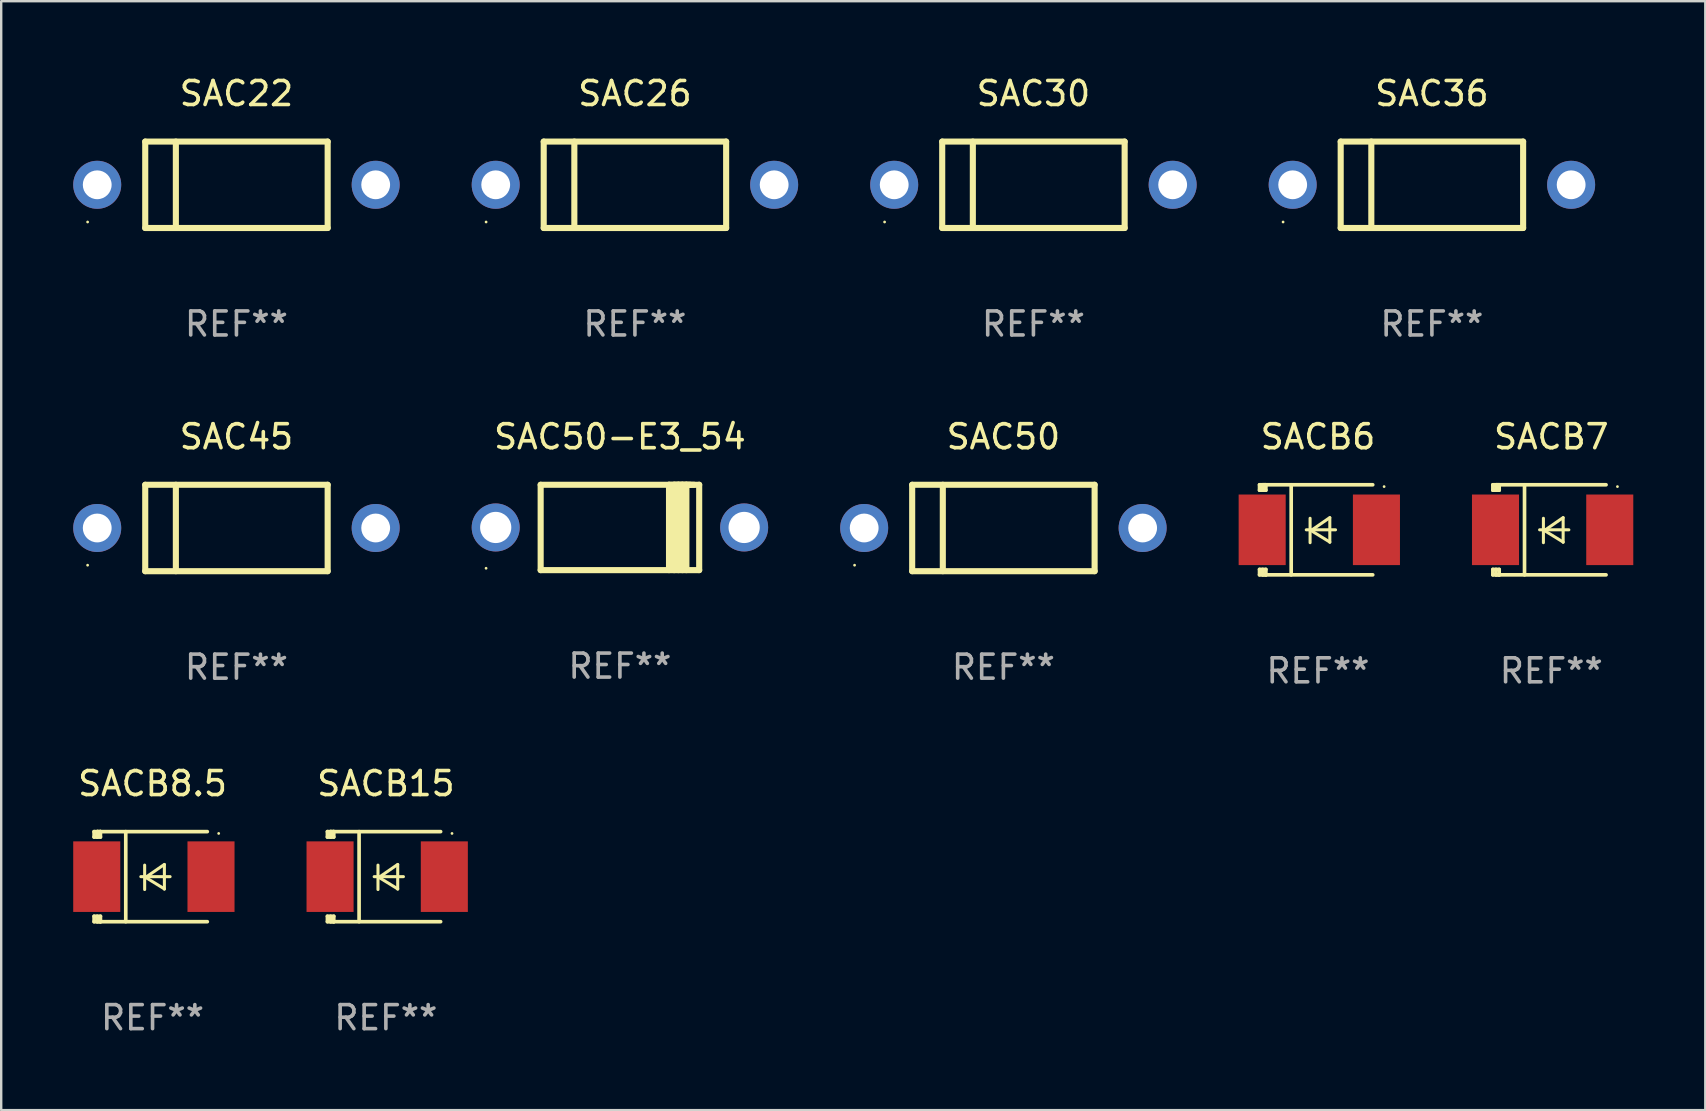
<source format=kicad_pcb>
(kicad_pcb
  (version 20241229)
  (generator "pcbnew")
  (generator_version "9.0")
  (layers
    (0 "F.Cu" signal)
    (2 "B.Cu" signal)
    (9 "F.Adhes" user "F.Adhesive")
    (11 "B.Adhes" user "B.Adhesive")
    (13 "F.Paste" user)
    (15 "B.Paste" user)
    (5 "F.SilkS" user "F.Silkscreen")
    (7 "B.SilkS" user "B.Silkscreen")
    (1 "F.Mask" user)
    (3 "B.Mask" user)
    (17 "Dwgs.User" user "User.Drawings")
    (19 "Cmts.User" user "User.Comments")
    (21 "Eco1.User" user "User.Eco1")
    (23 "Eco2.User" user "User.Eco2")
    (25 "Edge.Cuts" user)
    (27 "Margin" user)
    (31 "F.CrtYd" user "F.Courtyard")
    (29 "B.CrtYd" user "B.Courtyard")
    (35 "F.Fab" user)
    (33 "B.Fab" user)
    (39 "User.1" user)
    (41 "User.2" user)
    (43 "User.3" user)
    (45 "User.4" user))
  (footprint "SACB6"
    (layer "F.Cu")
    (at 51.855 19.021)
    (property "Reference" "SACB6" (at 0 -3.876 0) (layer "F.SilkS") (effects (font (size 1 1) (thickness 0.15))))
    (attr through_hole)
    (fp_line (start -2.435 1.65) (end -2.171 1.65) (stroke (width 0.152) (type solid)) (layer "F.SilkS"))
    (fp_line (start -2.435 1.876) (end -2.435 1.65) (stroke (width 0.152) (type solid)) (layer "F.SilkS"))
    (fp_line (start -2.435 -1.876) (end -2.171 -1.876) (stroke (width 0.152) (type solid)) (layer "F.SilkS"))
    (fp_line (start -2.435 -1.65) (end -2.435 -1.876) (stroke (width 0.152) (type solid)) (layer "F.SilkS"))
    (fp_line (start -2.305 -1.866) (end -2.295 -1.876) (stroke (width 0.152) (type solid)) (layer "F.SilkS"))
    (fp_line (start -2.305 -1.65) (end -2.305 -1.866) (stroke (width 0.152) (type solid)) (layer "F.SilkS"))
    (fp_line (start -2.305 1.876) (end -2.305 1.65) (stroke (width 0.152) (type solid)) (layer "F.SilkS"))
    (fp_line (start -2.295 -1.876) (end -2.295 -1.65) (stroke (width 0.152) (type solid)) (layer "F.SilkS"))
    (fp_line (start -2.171 1.876) (end -2.435 1.876) (stroke (width 0.152) (type solid)) (layer "F.SilkS"))
    (fp_line (start -2.171 -1.65) (end -2.435 -1.65) (stroke (width 0.152) (type solid)) (layer "F.SilkS"))
    (fp_line (start -2.171 -1.876) (end -2.295 -1.876) (stroke (width 0.152) (type solid)) (layer "F.SilkS"))
    (fp_line (start -2.171 -1.65) (end -2.171 -1.876) (stroke (width 0.152) (type solid)) (layer "F.SilkS"))
    (fp_line (start -2.171 1.876) (end -2.305 1.876) (stroke (width 0.152) (type solid)) (layer "F.SilkS"))
    (fp_line (start -2.171 1.876) (end -2.171 1.65) (stroke (width 0.152) (type solid)) (layer "F.SilkS"))
    (fp_line (start -1.116 1.876) (end -1.116 -1.876) (stroke (width 0.152) (type solid)) (layer "F.SilkS"))
    (fp_line (start -0.488 0.000102) (end 0.731 0.000102) (stroke (width 0.127) (type solid)) (layer "F.SilkS"))
    (fp_line (start -0.329 -0.48) (end -0.329 0.536) (stroke (width 0.127) (type solid)) (layer "F.SilkS"))
    (fp_line (start -0.29 0.03) (end 0.493 0.51) (stroke (width 0.127) (type solid)) (layer "F.SilkS"))
    (fp_line (start 0.493 -0.51) (end -0.29 0.03) (stroke (width 0.127) (type solid)) (layer "F.SilkS"))
    (fp_line (start 0.493 0.52) (end 0.493 -0.496) (stroke (width 0.127) (type solid)) (layer "F.SilkS"))
    (fp_line (start 2.281 -1.876) (end -2.171 -1.876) (stroke (width 0.152) (type solid)) (layer "F.SilkS"))
    (fp_line (start 2.281 1.876) (end -2.171 1.876) (stroke (width 0.152) (type solid)) (layer "F.SilkS"))
    (fp_circle (center 2.755 -1.8) (end 2.785 -1.8) (stroke (width 0.06) (type solid)) (fill no) (layer "F.SilkS"))
    (fp_text user "REF**" (at 0 5.876 0) (layer "F.Fab") (effects (font (size 1 1) (thickness 0.15))))
    (pad "1" smd rect (at 2.435 -0.000025 180) (size 1.96 2.94) (layers "F.Cu" "F.Mask" "F.Paste"))
    (pad "2" smd rect (at -2.325 -0.000025 180) (size 1.96 2.94) (layers "F.Cu" "F.Mask" "F.Paste")))
  (footprint "SAC45"
    (layer "F.Cu")
    (at 6.8 18.945)
    (property "Reference" "SAC45" (at 0 -3.8 0) (layer "F.SilkS") (effects (font (size 1 1) (thickness 0.15))))
    (attr through_hole)
    (fp_line (start -3.8 -1.8) (end -3.8 1.8) (stroke (width 0.254) (type solid)) (layer "F.SilkS"))
    (fp_line (start -3.8 -1.8) (end 3.8 -1.8) (stroke (width 0.254) (type solid)) (layer "F.SilkS"))
    (fp_line (start -3.8 1.8) (end 3.8 1.8) (stroke (width 0.254) (type solid)) (layer "F.SilkS"))
    (fp_line (start -2.524 -1.8) (end -2.524 1.8) (stroke (width 0.254) (type solid)) (layer "F.SilkS"))
    (fp_line (start 3.8 -1.8) (end 3.8 1.8) (stroke (width 0.254) (type solid)) (layer "F.SilkS"))
    (fp_circle (center -6.2 1.55) (end -6.17 1.55) (stroke (width 0.06) (type solid)) (fill no) (layer "F.SilkS"))
    (fp_text user "REF**" (at 0 5.8 0) (layer "F.Fab") (effects (font (size 1 1) (thickness 0.15))))
    (pad "1" thru_hole circle (at -5.8 0) (size 2 2) (drill 1.2) (layers "*.Cu" "*.Mask"))
    (pad "2" thru_hole circle (at 5.8 0) (size 2 2) (drill 1.2) (layers "*.Cu" "*.Mask")))
  (footprint "SAC50-E3_54"
    (layer "F.Cu")
    (at 22.775 18.923)
    (property "Reference" "SAC50-E3_54" (at 0 -3.778 0) (layer "F.SilkS") (effects (font (size 1 1) (thickness 0.15))))
    (attr through_hole)
    (fp_line (start -3.302 -1.778) (end -3.302 1.778) (stroke (width 0.254) (type solid)) (layer "F.SilkS"))
    (fp_line (start -3.302 1.778) (end 3.302 1.778) (stroke (width 0.254) (type solid)) (layer "F.SilkS"))
    (fp_line (start 2.045 -1.778) (end 2.045 1.778) (stroke (width 0.254) (type solid)) (layer "F.SilkS"))
    (fp_line (start 2.261 -1.778) (end 2.261 1.778) (stroke (width 0.254) (type solid)) (layer "F.SilkS"))
    (fp_line (start 2.421 -1.778) (end 2.045 -1.778) (stroke (width 0.254) (type solid)) (layer "F.SilkS"))
    (fp_line (start 2.439 -1.778) (end 2.439 1.778) (stroke (width 0.254) (type solid)) (layer "F.SilkS"))
    (fp_line (start 2.579 -1.778) (end 2.261 -1.778) (stroke (width 0.254) (type solid)) (layer "F.SilkS"))
    (fp_line (start 2.604 -1.778) (end 2.604 1.778) (stroke (width 0.254) (type solid)) (layer "F.SilkS"))
    (fp_line (start 2.757 -1.778) (end 2.439 -1.778) (stroke (width 0.254) (type solid)) (layer "F.SilkS"))
    (fp_line (start 2.769 -1.778) (end 2.769 1.778) (stroke (width 0.254) (type solid)) (layer "F.SilkS"))
    (fp_line (start 2.922 -1.778) (end 2.604 -1.778) (stroke (width 0.254) (type solid)) (layer "F.SilkS"))
    (fp_line (start 3.087 -1.778) (end 2.769 -1.778) (stroke (width 0.254) (type solid)) (layer "F.SilkS"))
    (fp_line (start 3.302 -1.778) (end -3.302 -1.778) (stroke (width 0.254) (type solid)) (layer "F.SilkS"))
    (fp_line (start 3.302 1.778) (end 3.302 -1.778) (stroke (width 0.254) (type solid)) (layer "F.SilkS"))
    (fp_circle (center -5.576 1.7) (end -5.546 1.7) (stroke (width 0.06) (type solid)) (fill no) (layer "F.SilkS"))
    (fp_text user "REF**" (at 0 5.778 0) (layer "F.Fab") (effects (font (size 1 1) (thickness 0.15))))
    (pad "1" thru_hole circle (at -5.175 0) (size 2 2) (drill 1.3) (layers "*.Cu" "*.Mask"))
    (pad "2" thru_hole circle (at 5.175 0) (size 2 2) (drill 1.3) (layers "*.Cu" "*.Mask")))
  (footprint "SACB8.5"
    (layer "F.Cu")
    (at 3.305 33.47)
    (property "Reference" "SACB8.5" (at 0 -3.876 0) (layer "F.SilkS") (effects (font (size 1 1) (thickness 0.15))))
    (attr through_hole)
    (fp_line (start -2.435 1.65) (end -2.171 1.65) (stroke (width 0.152) (type solid)) (layer "F.SilkS"))
    (fp_line (start -2.435 1.876) (end -2.435 1.65) (stroke (width 0.152) (type solid)) (layer "F.SilkS"))
    (fp_line (start -2.435 -1.876) (end -2.171 -1.876) (stroke (width 0.152) (type solid)) (layer "F.SilkS"))
    (fp_line (start -2.435 -1.65) (end -2.435 -1.876) (stroke (width 0.152) (type solid)) (layer "F.SilkS"))
    (fp_line (start -2.305 -1.866) (end -2.295 -1.876) (stroke (width 0.152) (type solid)) (layer "F.SilkS"))
    (fp_line (start -2.305 -1.65) (end -2.305 -1.866) (stroke (width 0.152) (type solid)) (layer "F.SilkS"))
    (fp_line (start -2.305 1.876) (end -2.305 1.65) (stroke (width 0.152) (type solid)) (layer "F.SilkS"))
    (fp_line (start -2.295 -1.876) (end -2.295 -1.65) (stroke (width 0.152) (type solid)) (layer "F.SilkS"))
    (fp_line (start -2.171 1.876) (end -2.435 1.876) (stroke (width 0.152) (type solid)) (layer "F.SilkS"))
    (fp_line (start -2.171 -1.65) (end -2.435 -1.65) (stroke (width 0.152) (type solid)) (layer "F.SilkS"))
    (fp_line (start -2.171 -1.876) (end -2.295 -1.876) (stroke (width 0.152) (type solid)) (layer "F.SilkS"))
    (fp_line (start -2.171 -1.65) (end -2.171 -1.876) (stroke (width 0.152) (type solid)) (layer "F.SilkS"))
    (fp_line (start -2.171 1.876) (end -2.305 1.876) (stroke (width 0.152) (type solid)) (layer "F.SilkS"))
    (fp_line (start -2.171 1.876) (end -2.171 1.65) (stroke (width 0.152) (type solid)) (layer "F.SilkS"))
    (fp_line (start -1.116 1.876) (end -1.116 -1.876) (stroke (width 0.152) (type solid)) (layer "F.SilkS"))
    (fp_line (start -0.488 0.000102) (end 0.731 0.000102) (stroke (width 0.127) (type solid)) (layer "F.SilkS"))
    (fp_line (start -0.329 -0.48) (end -0.329 0.536) (stroke (width 0.127) (type solid)) (layer "F.SilkS"))
    (fp_line (start -0.29 0.03) (end 0.493 0.51) (stroke (width 0.127) (type solid)) (layer "F.SilkS"))
    (fp_line (start 0.493 -0.51) (end -0.29 0.03) (stroke (width 0.127) (type solid)) (layer "F.SilkS"))
    (fp_line (start 0.493 0.52) (end 0.493 -0.496) (stroke (width 0.127) (type solid)) (layer "F.SilkS"))
    (fp_line (start 2.281 -1.876) (end -2.171 -1.876) (stroke (width 0.152) (type solid)) (layer "F.SilkS"))
    (fp_line (start 2.281 1.876) (end -2.171 1.876) (stroke (width 0.152) (type solid)) (layer "F.SilkS"))
    (fp_circle (center 2.755 -1.8) (end 2.785 -1.8) (stroke (width 0.06) (type solid)) (fill no) (layer "F.SilkS"))
    (fp_text user "REF**" (at 0 5.876 0) (layer "F.Fab") (effects (font (size 1 1) (thickness 0.15))))
    (pad "1" smd rect (at 2.435 -0.000025 180) (size 1.96 2.94) (layers "F.Cu" "F.Mask" "F.Paste"))
    (pad "2" smd rect (at -2.325 -0.000025 180) (size 1.96 2.94) (layers "F.Cu" "F.Mask" "F.Paste")))
  (footprint "SACB15"
    (layer "F.Cu")
    (at 13.025 33.47)
    (property "Reference" "SACB15" (at 0 -3.876 0) (layer "F.SilkS") (effects (font (size 1 1) (thickness 0.15))))
    (attr through_hole)
    (fp_line (start -2.435 1.65) (end -2.171 1.65) (stroke (width 0.152) (type solid)) (layer "F.SilkS"))
    (fp_line (start -2.435 1.876) (end -2.435 1.65) (stroke (width 0.152) (type solid)) (layer "F.SilkS"))
    (fp_line (start -2.435 -1.876) (end -2.171 -1.876) (stroke (width 0.152) (type solid)) (layer "F.SilkS"))
    (fp_line (start -2.435 -1.65) (end -2.435 -1.876) (stroke (width 0.152) (type solid)) (layer "F.SilkS"))
    (fp_line (start -2.305 -1.866) (end -2.295 -1.876) (stroke (width 0.152) (type solid)) (layer "F.SilkS"))
    (fp_line (start -2.305 -1.65) (end -2.305 -1.866) (stroke (width 0.152) (type solid)) (layer "F.SilkS"))
    (fp_line (start -2.305 1.876) (end -2.305 1.65) (stroke (width 0.152) (type solid)) (layer "F.SilkS"))
    (fp_line (start -2.295 -1.876) (end -2.295 -1.65) (stroke (width 0.152) (type solid)) (layer "F.SilkS"))
    (fp_line (start -2.171 1.876) (end -2.435 1.876) (stroke (width 0.152) (type solid)) (layer "F.SilkS"))
    (fp_line (start -2.171 -1.65) (end -2.435 -1.65) (stroke (width 0.152) (type solid)) (layer "F.SilkS"))
    (fp_line (start -2.171 -1.876) (end -2.295 -1.876) (stroke (width 0.152) (type solid)) (layer "F.SilkS"))
    (fp_line (start -2.171 -1.65) (end -2.171 -1.876) (stroke (width 0.152) (type solid)) (layer "F.SilkS"))
    (fp_line (start -2.171 1.876) (end -2.305 1.876) (stroke (width 0.152) (type solid)) (layer "F.SilkS"))
    (fp_line (start -2.171 1.876) (end -2.171 1.65) (stroke (width 0.152) (type solid)) (layer "F.SilkS"))
    (fp_line (start -1.116 1.876) (end -1.116 -1.876) (stroke (width 0.152) (type solid)) (layer "F.SilkS"))
    (fp_line (start -0.488 0.000102) (end 0.731 0.000102) (stroke (width 0.127) (type solid)) (layer "F.SilkS"))
    (fp_line (start -0.329 -0.48) (end -0.329 0.536) (stroke (width 0.127) (type solid)) (layer "F.SilkS"))
    (fp_line (start -0.29 0.03) (end 0.493 0.51) (stroke (width 0.127) (type solid)) (layer "F.SilkS"))
    (fp_line (start 0.493 -0.51) (end -0.29 0.03) (stroke (width 0.127) (type solid)) (layer "F.SilkS"))
    (fp_line (start 0.493 0.52) (end 0.493 -0.496) (stroke (width 0.127) (type solid)) (layer "F.SilkS"))
    (fp_line (start 2.281 -1.876) (end -2.171 -1.876) (stroke (width 0.152) (type solid)) (layer "F.SilkS"))
    (fp_line (start 2.281 1.876) (end -2.171 1.876) (stroke (width 0.152) (type solid)) (layer "F.SilkS"))
    (fp_circle (center 2.755 -1.8) (end 2.785 -1.8) (stroke (width 0.06) (type solid)) (fill no) (layer "F.SilkS"))
    (fp_text user "REF**" (at 0 5.876 0) (layer "F.Fab") (effects (font (size 1 1) (thickness 0.15))))
    (pad "1" smd rect (at 2.435 -0.000025 180) (size 1.96 2.94) (layers "F.Cu" "F.Mask" "F.Paste"))
    (pad "2" smd rect (at -2.325 -0.000025 180) (size 1.96 2.94) (layers "F.Cu" "F.Mask" "F.Paste")))
  (footprint "SAC30"
    (layer "F.Cu")
    (at 40.001 4.648)
    (property "Reference" "SAC30" (at 0 -3.8 0) (layer "F.SilkS") (effects (font (size 1 1) (thickness 0.15))))
    (attr through_hole)
    (fp_line (start -3.8 -1.8) (end -3.8 1.8) (stroke (width 0.254) (type solid)) (layer "F.SilkS"))
    (fp_line (start -3.8 -1.8) (end 3.8 -1.8) (stroke (width 0.254) (type solid)) (layer "F.SilkS"))
    (fp_line (start -3.8 1.8) (end 3.8 1.8) (stroke (width 0.254) (type solid)) (layer "F.SilkS"))
    (fp_line (start -2.524 -1.8) (end -2.524 1.8) (stroke (width 0.254) (type solid)) (layer "F.SilkS"))
    (fp_line (start 3.8 -1.8) (end 3.8 1.8) (stroke (width 0.254) (type solid)) (layer "F.SilkS"))
    (fp_circle (center -6.2 1.55) (end -6.17 1.55) (stroke (width 0.06) (type solid)) (fill no) (layer "F.SilkS"))
    (fp_text user "REF**" (at 0 5.8 0) (layer "F.Fab") (effects (font (size 1 1) (thickness 0.15))))
    (pad "1" thru_hole circle (at -5.8 0) (size 2 2) (drill 1.2) (layers "*.Cu" "*.Mask"))
    (pad "2" thru_hole circle (at 5.8 0) (size 2 2) (drill 1.2) (layers "*.Cu" "*.Mask")))
  (footprint "SAC26"
    (layer "F.Cu")
    (at 23.4 4.648)
    (property "Reference" "SAC26" (at 0 -3.8 0) (layer "F.SilkS") (effects (font (size 1 1) (thickness 0.15))))
    (attr through_hole)
    (fp_line (start -3.8 -1.8) (end -3.8 1.8) (stroke (width 0.254) (type solid)) (layer "F.SilkS"))
    (fp_line (start -3.8 -1.8) (end 3.8 -1.8) (stroke (width 0.254) (type solid)) (layer "F.SilkS"))
    (fp_line (start -3.8 1.8) (end 3.8 1.8) (stroke (width 0.254) (type solid)) (layer "F.SilkS"))
    (fp_line (start -2.524 -1.8) (end -2.524 1.8) (stroke (width 0.254) (type solid)) (layer "F.SilkS"))
    (fp_line (start 3.8 -1.8) (end 3.8 1.8) (stroke (width 0.254) (type solid)) (layer "F.SilkS"))
    (fp_circle (center -6.2 1.55) (end -6.17 1.55) (stroke (width 0.06) (type solid)) (fill no) (layer "F.SilkS"))
    (fp_text user "REF**" (at 0 5.8 0) (layer "F.Fab") (effects (font (size 1 1) (thickness 0.15))))
    (pad "1" thru_hole circle (at -5.8 0) (size 2 2) (drill 1.2) (layers "*.Cu" "*.Mask"))
    (pad "2" thru_hole circle (at 5.8 0) (size 2 2) (drill 1.2) (layers "*.Cu" "*.Mask")))
  (footprint "SAC50"
    (layer "F.Cu")
    (at 38.75 18.945)
    (property "Reference" "SAC50" (at 0 -3.8 0) (layer "F.SilkS") (effects (font (size 1 1) (thickness 0.15))))
    (attr through_hole)
    (fp_line (start -3.8 -1.8) (end -3.8 1.8) (stroke (width 0.254) (type solid)) (layer "F.SilkS"))
    (fp_line (start -3.8 -1.8) (end 3.8 -1.8) (stroke (width 0.254) (type solid)) (layer "F.SilkS"))
    (fp_line (start -3.8 1.8) (end 3.8 1.8) (stroke (width 0.254) (type solid)) (layer "F.SilkS"))
    (fp_line (start -2.524 -1.8) (end -2.524 1.8) (stroke (width 0.254) (type solid)) (layer "F.SilkS"))
    (fp_line (start 3.8 -1.8) (end 3.8 1.8) (stroke (width 0.254) (type solid)) (layer "F.SilkS"))
    (fp_circle (center -6.2 1.55) (end -6.17 1.55) (stroke (width 0.06) (type solid)) (fill no) (layer "F.SilkS"))
    (fp_text user "REF**" (at 0 5.8 0) (layer "F.Fab") (effects (font (size 1 1) (thickness 0.15))))
    (pad "1" thru_hole circle (at -5.8 0) (size 2 2) (drill 1.2) (layers "*.Cu" "*.Mask"))
    (pad "2" thru_hole circle (at 5.8 0) (size 2 2) (drill 1.2) (layers "*.Cu" "*.Mask")))
  (footprint "SAC22"
    (layer "F.Cu")
    (at 6.8 4.648)
    (property "Reference" "SAC22" (at 0 -3.8 0) (layer "F.SilkS") (effects (font (size 1 1) (thickness 0.15))))
    (attr through_hole)
    (fp_line (start -3.8 -1.8) (end -3.8 1.8) (stroke (width 0.254) (type solid)) (layer "F.SilkS"))
    (fp_line (start -3.8 -1.8) (end 3.8 -1.8) (stroke (width 0.254) (type solid)) (layer "F.SilkS"))
    (fp_line (start -3.8 1.8) (end 3.8 1.8) (stroke (width 0.254) (type solid)) (layer "F.SilkS"))
    (fp_line (start -2.524 -1.8) (end -2.524 1.8) (stroke (width 0.254) (type solid)) (layer "F.SilkS"))
    (fp_line (start 3.8 -1.8) (end 3.8 1.8) (stroke (width 0.254) (type solid)) (layer "F.SilkS"))
    (fp_circle (center -6.2 1.55) (end -6.17 1.55) (stroke (width 0.06) (type solid)) (fill no) (layer "F.SilkS"))
    (fp_text user "REF**" (at 0 5.8 0) (layer "F.Fab") (effects (font (size 1 1) (thickness 0.15))))
    (pad "1" thru_hole circle (at -5.8 0) (size 2 2) (drill 1.2) (layers "*.Cu" "*.Mask"))
    (pad "2" thru_hole circle (at 5.8 0) (size 2 2) (drill 1.2) (layers "*.Cu" "*.Mask")))
  (footprint "SAC36"
    (layer "F.Cu")
    (at 56.601 4.648)
    (property "Reference" "SAC36" (at 0 -3.8 0) (layer "F.SilkS") (effects (font (size 1 1) (thickness 0.15))))
    (attr through_hole)
    (fp_line (start -3.8 -1.8) (end -3.8 1.8) (stroke (width 0.254) (type solid)) (layer "F.SilkS"))
    (fp_line (start -3.8 -1.8) (end 3.8 -1.8) (stroke (width 0.254) (type solid)) (layer "F.SilkS"))
    (fp_line (start -3.8 1.8) (end 3.8 1.8) (stroke (width 0.254) (type solid)) (layer "F.SilkS"))
    (fp_line (start -2.524 -1.8) (end -2.524 1.8) (stroke (width 0.254) (type solid)) (layer "F.SilkS"))
    (fp_line (start 3.8 -1.8) (end 3.8 1.8) (stroke (width 0.254) (type solid)) (layer "F.SilkS"))
    (fp_circle (center -6.2 1.55) (end -6.17 1.55) (stroke (width 0.06) (type solid)) (fill no) (layer "F.SilkS"))
    (fp_text user "REF**" (at 0 5.8 0) (layer "F.Fab") (effects (font (size 1 1) (thickness 0.15))))
    (pad "1" thru_hole circle (at -5.8 0) (size 2 2) (drill 1.2) (layers "*.Cu" "*.Mask"))
    (pad "2" thru_hole circle (at 5.8 0) (size 2 2) (drill 1.2) (layers "*.Cu" "*.Mask")))
  (footprint "SACB7"
    (layer "F.Cu")
    (at 61.575 19.021)
    (property "Reference" "SACB7" (at 0 -3.876 0) (layer "F.SilkS") (effects (font (size 1 1) (thickness 0.15))))
    (attr through_hole)
    (fp_line (start -2.435 1.65) (end -2.171 1.65) (stroke (width 0.152) (type solid)) (layer "F.SilkS"))
    (fp_line (start -2.435 1.876) (end -2.435 1.65) (stroke (width 0.152) (type solid)) (layer "F.SilkS"))
    (fp_line (start -2.435 -1.876) (end -2.171 -1.876) (stroke (width 0.152) (type solid)) (layer "F.SilkS"))
    (fp_line (start -2.435 -1.65) (end -2.435 -1.876) (stroke (width 0.152) (type solid)) (layer "F.SilkS"))
    (fp_line (start -2.305 -1.866) (end -2.295 -1.876) (stroke (width 0.152) (type solid)) (layer "F.SilkS"))
    (fp_line (start -2.305 -1.65) (end -2.305 -1.866) (stroke (width 0.152) (type solid)) (layer "F.SilkS"))
    (fp_line (start -2.305 1.876) (end -2.305 1.65) (stroke (width 0.152) (type solid)) (layer "F.SilkS"))
    (fp_line (start -2.295 -1.876) (end -2.295 -1.65) (stroke (width 0.152) (type solid)) (layer "F.SilkS"))
    (fp_line (start -2.171 1.876) (end -2.435 1.876) (stroke (width 0.152) (type solid)) (layer "F.SilkS"))
    (fp_line (start -2.171 -1.65) (end -2.435 -1.65) (stroke (width 0.152) (type solid)) (layer "F.SilkS"))
    (fp_line (start -2.171 -1.876) (end -2.295 -1.876) (stroke (width 0.152) (type solid)) (layer "F.SilkS"))
    (fp_line (start -2.171 -1.65) (end -2.171 -1.876) (stroke (width 0.152) (type solid)) (layer "F.SilkS"))
    (fp_line (start -2.171 1.876) (end -2.305 1.876) (stroke (width 0.152) (type solid)) (layer "F.SilkS"))
    (fp_line (start -2.171 1.876) (end -2.171 1.65) (stroke (width 0.152) (type solid)) (layer "F.SilkS"))
    (fp_line (start -1.116 1.876) (end -1.116 -1.876) (stroke (width 0.152) (type solid)) (layer "F.SilkS"))
    (fp_line (start -0.488 0.000102) (end 0.731 0.000102) (stroke (width 0.127) (type solid)) (layer "F.SilkS"))
    (fp_line (start -0.329 -0.48) (end -0.329 0.536) (stroke (width 0.127) (type solid)) (layer "F.SilkS"))
    (fp_line (start -0.29 0.03) (end 0.493 0.51) (stroke (width 0.127) (type solid)) (layer "F.SilkS"))
    (fp_line (start 0.493 -0.51) (end -0.29 0.03) (stroke (width 0.127) (type solid)) (layer "F.SilkS"))
    (fp_line (start 0.493 0.52) (end 0.493 -0.496) (stroke (width 0.127) (type solid)) (layer "F.SilkS"))
    (fp_line (start 2.281 -1.876) (end -2.171 -1.876) (stroke (width 0.152) (type solid)) (layer "F.SilkS"))
    (fp_line (start 2.281 1.876) (end -2.171 1.876) (stroke (width 0.152) (type solid)) (layer "F.SilkS"))
    (fp_circle (center 2.755 -1.8) (end 2.785 -1.8) (stroke (width 0.06) (type solid)) (fill no) (layer "F.SilkS"))
    (fp_text user "REF**" (at 0 5.876 0) (layer "F.Fab") (effects (font (size 1 1) (thickness 0.15))))
    (pad "1" smd rect (at 2.435 -0.000025 180) (size 1.96 2.94) (layers "F.Cu" "F.Mask" "F.Paste"))
    (pad "2" smd rect (at -2.325 -0.000025 180) (size 1.96 2.94) (layers "F.Cu" "F.Mask" "F.Paste")))
  (gr_rect
    (start -3 -3)
    (end 67.99 43.195)
    (stroke (width 0.1) (type default))
    (fill no)
    (layer "Edge.Cuts")))
</source>
